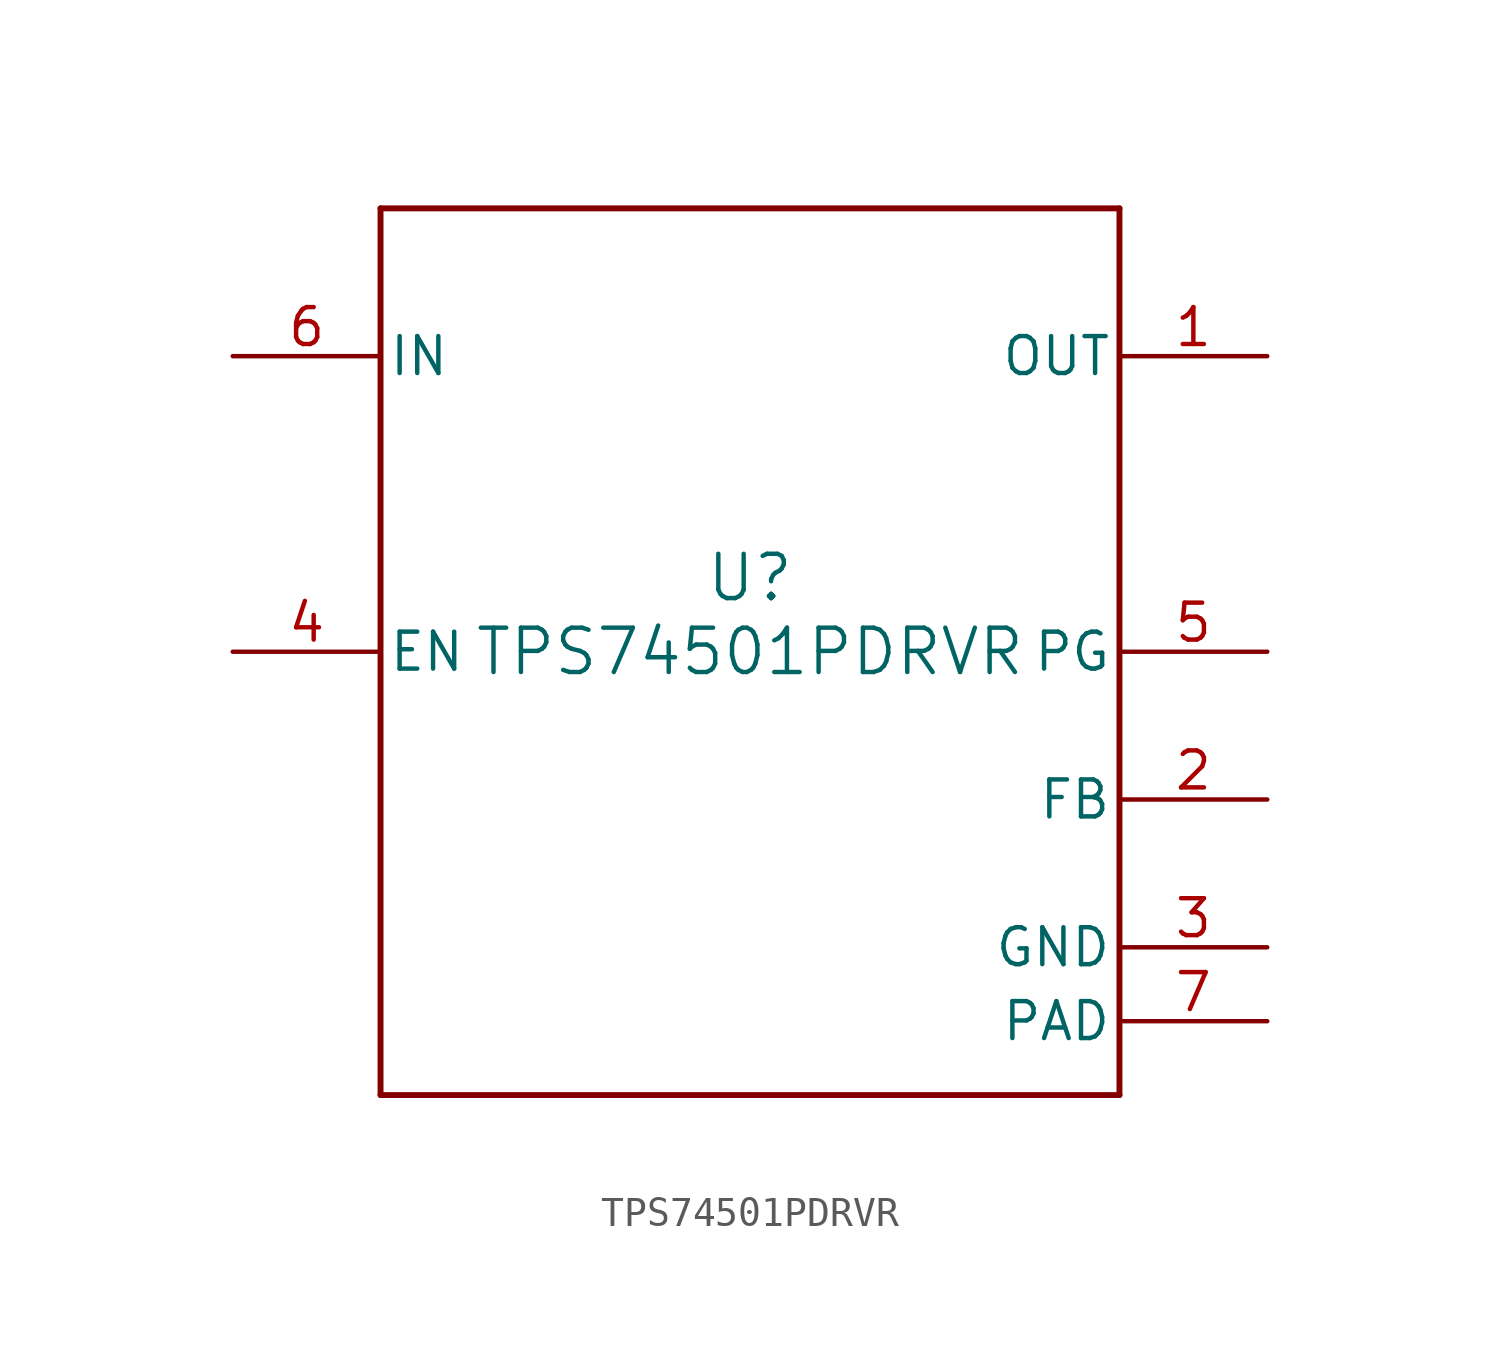
<source format=kicad_sym>
(kicad_symbol_lib
  (version 20211014)
  (generator kicad_symbol_editor)
  (symbol "TPS74501PDRVR"
    (pin_names
      (offset 0.254))
    (property "Reference" "U"
      (at 0 2.54 0)
      (effects (font (size 1.524 1.524))))
    (property "Value" "TPS74501PDRVR"
      (at 0 0 0)
      (effects (font (size 1.524 1.524))))
    (symbol "TPS74501PDRVR_0_1"
      (polyline (pts (xy -12.7 -15.24) (xy 12.7 -15.24)) (stroke (width 0.203) (type default) (color 0 0 0 0)) (fill (type none)))
      (polyline (pts (xy 12.7 -15.24) (xy 12.7 15.24)) (stroke (width 0.203) (type default) (color 0 0 0 0)) (fill (type none)))
      (polyline (pts (xy 12.7 15.24) (xy -12.7 15.24)) (stroke (width 0.203) (type default) (color 0 0 0 0)) (fill (type none)))
      (polyline (pts (xy -12.7 15.24) (xy -12.7 -15.24)) (stroke (width 0.203) (type default) (color 0 0 0 0)) (fill (type none)))
      (pin power_in line (at 17.78 10.16 180) (length 5.08) (name "OUT" (effects (font (size 1.27 1.27)))) (number "1" (effects (font (size 1.27 1.27)))))
      (pin input line (at 17.78 -5.08 180) (length 5.08) (name "FB" (effects (font (size 1.27 1.27)))) (number "2" (effects (font (size 1.27 1.27)))))
      (pin power_in line (at 17.78 -10.16 180) (length 5.08) (name "GND" (effects (font (size 1.27 1.27)))) (number "3" (effects (font (size 1.27 1.27)))))
      (pin input line (at -17.78 0 0) (length 5.08) (name "EN" (effects (font (size 1.27 1.27)))) (number "4" (effects (font (size 1.27 1.27)))))
      (pin open_collector line (at 17.78 0 180) (length 5.08) (name "PG" (effects (font (size 1.27 1.27)))) (number "5" (effects (font (size 1.27 1.27)))))
      (pin power_in line (at -17.78 10.16 0) (length 5.08) (name "IN" (effects (font (size 1.27 1.27)))) (number "6" (effects (font (size 1.27 1.27)))))
      (pin power_in line (at 17.78 -12.7 180) (length 5.08) (name "PAD" (effects (font (size 1.27 1.27)))) (number "7" (effects (font (size 1.27 1.27))))))))
</source>
